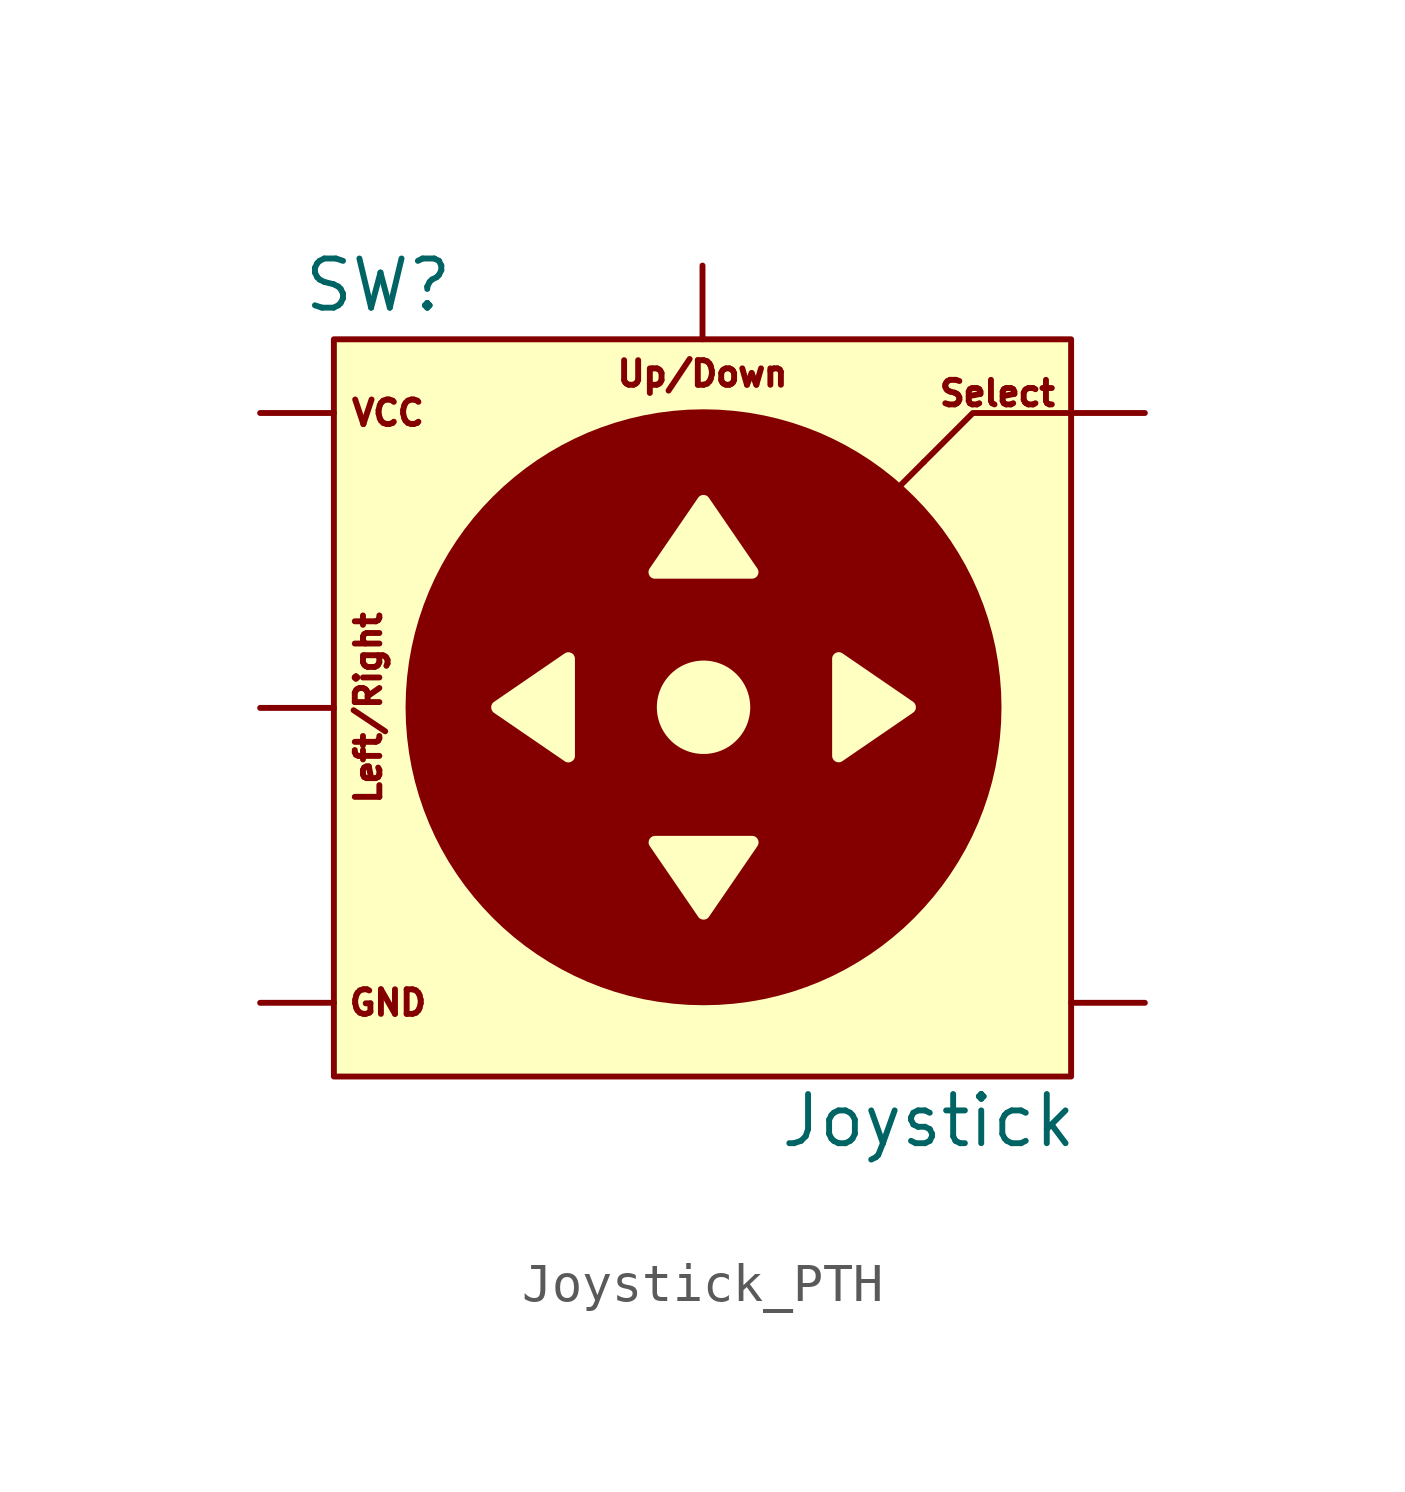
<source format=kicad_sym>
(kicad_symbol_lib
  (version 20241209)
  (generator "kicad_symbol_editor")
  (generator_version "9.0")
  (symbol "Joystick_PTH"
    (pin_numbers
      (hide yes))
    (pin_names
      (offset 0)
      (hide yes))
    (property "Reference" "SW"
      (at -8.382 10.922 0)
      (effects (font (size 1.27 1.27))))
    (property "Value" "Joystick"
      (at 5.842 -10.668 0)
      (effects (font (size 1.27 1.27))))
    (symbol "Joystick_PTH_1_0"
      (polyline (pts (xy 0.423 7.706) (xy 0.814 7.676) (xy 1.199 7.627) (xy 1.578 7.559) (xy 1.951 7.473) (xy 2.316 7.369) (xy 2.674 7.248) (xy 3.024 7.111) (xy 3.365 6.956) (xy 3.697 6.786) (xy 4.019 6.601) (xy 4.331 6.401) (xy 4.633 6.186) (xy 4.924 5.957) (xy 5.204 5.715) (xy 5.471 5.46) (xy 5.726 5.193) (xy 5.968 4.914) (xy 6.197 4.623) (xy 6.411 4.321) (xy 6.611 4.008) (xy 6.797 3.686) (xy 6.967 3.354) (xy 7.121 3.013) (xy 7.259 2.663) (xy 7.38 2.306) (xy 7.484 1.94) (xy 7.57 1.568) (xy 7.637 1.189) (xy 7.686 0.803) (xy 7.716 0.412) (xy 7.726 0.016) (xy 7.716 -0.38) (xy 7.686 -0.771) (xy 7.637 -1.156) (xy 7.57 -1.535) (xy 7.484 -1.908) (xy 7.38 -2.273) (xy 7.259 -2.631) (xy 7.121 -2.981) (xy 6.967 -3.322) (xy 6.797 -3.654) (xy 6.611 -3.976) (xy 6.411 -4.288) (xy 6.197 -4.59) (xy 5.968 -4.881) (xy 5.726 -5.16) (xy 5.471 -5.428) (xy 5.204 -5.683) (xy 4.924 -5.925) (xy 4.633 -6.154) (xy 4.331 -6.368) (xy 4.019 -6.568) (xy 3.697 -6.754) (xy 3.365 -6.924) (xy 3.024 -7.078) (xy 2.674 -7.216) (xy 2.316 -7.337) (xy 1.951 -7.441) (xy 1.578 -7.527) (xy 1.199 -7.594) (xy 0.814 -7.643) (xy 0.423 -7.673) (xy 0.027 -7.683) (xy -0.369 -7.673) (xy -0.76 -7.643) (xy -1.146 -7.594) (xy -1.525 -7.527) (xy -1.897 -7.441) (xy -2.263 -7.337) (xy -2.62 -7.216) (xy -2.97 -7.078) (xy -3.311 -6.924) (xy -3.643 -6.754) (xy -3.965 -6.568) (xy -4.278 -6.368) (xy -4.58 -6.154) (xy -4.871 -5.925) (xy -5.15 -5.683) (xy -5.417 -5.428) (xy -5.672 -5.16) (xy -5.914 -4.881) (xy -6.143 -4.59) (xy -6.357 -4.288) (xy -6.558 -3.976) (xy -6.743 -3.654) (xy -6.836 -3.472) (xy -1.392 -3.472) (xy -1.392 -3.483) (xy -1.391 -3.495) (xy -1.39 -3.506) (xy -1.387 -3.517) (xy -1.384 -3.528) (xy -1.38 -3.539) (xy -1.375 -3.55) (xy -1.369 -3.561) (xy -1.362 -3.571) (xy -0.111 -5.397) (xy -0.104 -5.406) (xy -0.098 -5.414) (xy -0.09 -5.422) (xy -0.083 -5.429) (xy -0.075 -5.436) (xy -0.066 -5.442) (xy -0.058 -5.447) (xy -0.049 -5.452) (xy -0.04 -5.457) (xy -0.03 -5.46) (xy -0.021 -5.463) (xy -0.011 -5.466) (xy -0.002 -5.468) (xy 0.008 -5.469) (xy 0.018 -5.47) (xy 0.028 -5.471) (xy 0.038 -5.47) (xy 0.048 -5.469) (xy 0.058 -5.468) (xy 0.068 -5.466) (xy 0.077 -5.463) (xy 0.087 -5.46) (xy 0.096 -5.457) (xy 0.105 -5.452) (xy 0.114 -5.447) (xy 0.122 -5.442) (xy 0.131 -5.436) (xy 0.139 -5.429) (xy 0.146 -5.422) (xy 0.154 -5.414) (xy 0.161 -5.406) (xy 0.167 -5.397) (xy 1.419 -3.571) (xy 1.425 -3.561) (xy 1.431 -3.55) (xy 1.436 -3.539) (xy 1.44 -3.527) (xy 1.443 -3.516) (xy 1.446 -3.505) (xy 1.448 -3.494) (xy 1.448 -3.482) (xy 1.448 -3.471) (xy 1.448 -3.46) (xy 1.446 -3.449) (xy 1.444 -3.438) (xy 1.442 -3.427) (xy 1.438 -3.417) (xy 1.434 -3.406) (xy 1.429 -3.397) (xy 1.424 -3.387) (xy 1.418 -3.378) (xy 1.412 -3.369) (xy 1.405 -3.361) (xy 1.397 -3.353) (xy 1.389 -3.345) (xy 1.38 -3.339) (xy 1.371 -3.332) (xy 1.362 -3.327) (xy 1.352 -3.322) (xy 1.341 -3.317) (xy 1.331 -3.314) (xy 1.319 -3.311) (xy 1.308 -3.309) (xy 1.296 -3.307) (xy 1.284 -3.307) (xy -1.222 -3.307) (xy -1.235 -3.307) (xy -1.247 -3.309) (xy -1.259 -3.311) (xy -1.271 -3.314) (xy -1.282 -3.317) (xy -1.293 -3.322) (xy -1.303 -3.327) (xy -1.313 -3.333) (xy -1.322 -3.339) (xy -1.331 -3.346) (xy -1.339 -3.353) (xy -1.347 -3.361) (xy -1.354 -3.37) (xy -1.361 -3.379) (xy -1.367 -3.388) (xy -1.373 -3.398) (xy -1.377 -3.408) (xy -1.381 -3.418) (xy -1.385 -3.428) (xy -1.388 -3.439) (xy -1.39 -3.45) (xy -1.391 -3.461) (xy -1.392 -3.472) (xy -6.836 -3.472) (xy -6.913 -3.322) (xy -7.067 -2.981) (xy -7.205 -2.631) (xy -7.326 -2.273) (xy -7.43 -1.908) (xy -7.516 -1.535) (xy -7.584 -1.156) (xy -7.633 -0.771) (xy -7.663 -0.38) (xy -7.673 0.016) (xy -5.46 0.016) (xy -5.46 0.006) (xy -5.459 -0.004) (xy -5.457 -0.014) (xy -5.455 -0.024) (xy -5.453 -0.034) (xy -5.45 -0.043) (xy -5.446 -0.053) (xy -5.442 -0.062) (xy -5.437 -0.071) (xy -5.431 -0.08) (xy -5.425 -0.088) (xy -5.419 -0.097) (xy -5.412 -0.105) (xy -5.404 -0.113) (xy -5.396 -0.12) (xy -5.387 -0.127) (xy -3.561 -1.378) (xy -3.55 -1.385) (xy -3.54 -1.391) (xy -3.529 -1.396) (xy -3.518 -1.4) (xy -3.506 -1.403) (xy -3.495 -1.405) (xy -3.484 -1.407) (xy -3.473 -1.408) (xy -3.462 -1.408) (xy -3.45 -1.407) (xy -3.439 -1.405) (xy -3.428 -1.403) (xy -3.418 -1.4) (xy -3.407 -1.397) (xy -3.397 -1.392) (xy -3.387 -1.387) (xy -3.377 -1.382) (xy -3.368 -1.376) (xy -3.359 -1.369) (xy -3.351 -1.362) (xy -3.343 -1.354) (xy -3.335 -1.346) (xy -3.328 -1.337) (xy -3.322 -1.327) (xy -3.316 -1.318) (xy -3.311 -1.308) (xy -3.307 -1.297) (xy -3.303 -1.286) (xy -3.3 -1.274) (xy -3.298 -1.263) (xy -3.297 -1.25) (xy -3.296 -1.238) (xy -3.296 0.016) (xy -1.18 0.016) (xy -1.178 -0.046) (xy -1.173 -0.107) (xy -1.166 -0.168) (xy -1.155 -0.227) (xy -1.142 -0.285) (xy -1.125 -0.343) (xy -1.107 -0.399) (xy -1.085 -0.454) (xy -1.061 -0.507) (xy -1.034 -0.559) (xy -1.005 -0.61) (xy -0.974 -0.658) (xy -0.94 -0.706) (xy -0.904 -0.751) (xy -0.866 -0.795) (xy -0.827 -0.837) (xy -0.785 -0.877) (xy -0.741 -0.915) (xy -0.695 -0.951) (xy -0.648 -0.984) (xy -0.599 -1.016) (xy -0.548 -1.045) (xy -0.496 -1.071) (xy -0.443 -1.095) (xy -0.388 -1.117) (xy -0.332 -1.136) (xy -0.275 -1.152) (xy -0.216 -1.166) (xy -0.157 -1.176) (xy -0.097 -1.184) (xy -0.035 -1.189) (xy 0.027 -1.19) (xy 0.089 -1.189) (xy 0.15 -1.184) (xy 0.211 -1.176) (xy 0.27 -1.166) (xy 0.329 -1.152) (xy 0.386 -1.136) (xy 0.442 -1.117) (xy 0.497 -1.095) (xy 0.55 -1.071) (xy 0.602 -1.045) (xy 0.653 -1.016) (xy 0.702 -0.984) (xy 0.749 -0.951) (xy 0.794 -0.915) (xy 0.838 -0.877) (xy 0.88 -0.837) (xy 0.92 -0.795) (xy 0.958 -0.751) (xy 0.994 -0.706) (xy 1.027 -0.658) (xy 1.059 -0.61) (xy 1.088 -0.559) (xy 1.114 -0.507) (xy 1.139 -0.454) (xy 1.16 -0.399) (xy 1.179 -0.343) (xy 1.195 -0.285) (xy 1.209 -0.227) (xy 1.219 -0.168) (xy 1.227 -0.107) (xy 1.232 -0.046) (xy 1.233 0.016) (xy 1.232 0.078) (xy 1.227 0.14) (xy 1.219 0.2) (xy 1.209 0.26) (xy 1.195 0.318) (xy 1.179 0.375) (xy 1.16 0.431) (xy 1.139 0.486) (xy 1.114 0.539) (xy 1.088 0.592) (xy 1.059 0.642) (xy 1.027 0.691) (xy 0.994 0.738) (xy 0.958 0.784) (xy 0.92 0.828) (xy 0.88 0.87) (xy 0.838 0.909) (xy 0.794 0.947) (xy 0.749 0.983) (xy 0.702 1.017) (xy 0.653 1.048) (xy 0.602 1.077) (xy 0.55 1.104) (xy 0.497 1.128) (xy 0.442 1.149) (xy 0.386 1.169) (xy 0.329 1.185) (xy 0.27 1.198) (xy 0.211 1.209) (xy 0.15 1.216) (xy 0.089 1.221) (xy 0.027 1.223) (xy -0.035 1.221) (xy -0.097 1.216) (xy -0.157 1.209) (xy -0.216 1.198) (xy -0.275 1.185) (xy -0.332 1.169) (xy -0.388 1.149) (xy -0.443 1.128) (xy -0.496 1.104) (xy -0.548 1.077) (xy -0.599 1.048) (xy -0.648 1.017) (xy -0.695 0.983) (xy -0.741 0.947) (xy -0.785 0.909) (xy -0.827 0.87) (xy -0.866 0.828) (xy -0.904 0.784) (xy -0.94 0.738) (xy -0.974 0.691) (xy -1.005 0.642) (xy -1.034 0.592) (xy -1.061 0.539) (xy -1.085 0.486) (xy -1.107 0.431) (xy -1.125 0.375) (xy -1.142 0.318) (xy -1.155 0.26) (xy -1.166 0.2) (xy -1.173 0.14) (xy -1.178 0.078) (xy -1.18 0.016) (xy -3.296 0.016) (xy -3.296 1.268) (xy -3.296 1.27) (xy 3.35 1.27) (xy 3.35 -1.235) (xy 3.35 -1.248) (xy 3.352 -1.26) (xy 3.354 -1.272) (xy 3.357 -1.284) (xy 3.36 -1.295) (xy 3.365 -1.306) (xy 3.37 -1.316) (xy 3.376 -1.326) (xy 3.382 -1.335) (xy 3.389 -1.344) (xy 3.396 -1.353) (xy 3.404 -1.36) (xy 3.413 -1.368) (xy 3.422 -1.374) (xy 3.431 -1.38) (xy 3.441 -1.386) (xy 3.45 -1.391) (xy 3.461 -1.395) (xy 3.471 -1.398) (xy 3.482 -1.401) (xy 3.493 -1.403) (xy 3.504 -1.405) (xy 3.515 -1.405) (xy 3.526 -1.405) (xy 3.538 -1.405) (xy 3.549 -1.403) (xy 3.56 -1.4) (xy 3.571 -1.397) (xy 3.582 -1.393) (xy 3.593 -1.388) (xy 3.604 -1.382) (xy 3.615 -1.375) (xy 5.44 -0.124) (xy 5.449 -0.117) (xy 5.457 -0.11) (xy 5.465 -0.103) (xy 5.472 -0.095) (xy 5.479 -0.087) (xy 5.485 -0.079) (xy 5.49 -0.07) (xy 5.495 -0.061) (xy 5.5 -0.052) (xy 5.503 -0.042) (xy 5.506 -0.033) (xy 5.509 -0.023) (xy 5.511 -0.013) (xy 5.512 -0.003) (xy 5.513 0.007) (xy 5.514 0.017) (xy 5.513 0.026) (xy 5.512 0.036) (xy 5.511 0.046) (xy 5.509 0.056) (xy 5.506 0.066) (xy 5.503 0.076) (xy 5.5 0.085) (xy 5.495 0.094) (xy 5.49 0.103) (xy 5.485 0.112) (xy 5.479 0.121) (xy 5.472 0.129) (xy 5.465 0.137) (xy 5.457 0.145) (xy 5.449 0.152) (xy 5.44 0.159) (xy 3.615 1.411) (xy 3.604 1.417) (xy 3.593 1.423) (xy 3.582 1.428) (xy 3.571 1.432) (xy 3.56 1.435) (xy 3.549 1.438) (xy 3.538 1.439) (xy 3.526 1.44) (xy 3.515 1.44) (xy 3.504 1.439) (xy 3.493 1.438) (xy 3.482 1.435) (xy 3.471 1.433) (xy 3.461 1.429) (xy 3.45 1.425) (xy 3.441 1.42) (xy 3.431 1.414) (xy 3.422 1.408) (xy 3.413 1.401) (xy 3.404 1.394) (xy 3.396 1.386) (xy 3.389 1.378) (xy 3.382 1.369) (xy 3.376 1.36) (xy 3.37 1.35) (xy 3.365 1.34) (xy 3.36 1.329) (xy 3.357 1.318) (xy 3.354 1.307) (xy 3.352 1.295) (xy 3.35 1.283) (xy 3.35 1.27) (xy -3.296 1.27) (xy -3.297 1.28) (xy -3.298 1.293) (xy -3.3 1.305) (xy -3.303 1.316) (xy -3.307 1.327) (xy -3.311 1.338) (xy -3.316 1.349) (xy -3.322 1.358) (xy -3.328 1.368) (xy -3.335 1.377) (xy -3.343 1.385) (xy -3.351 1.393) (xy -3.359 1.4) (xy -3.368 1.407) (xy -3.377 1.413) (xy -3.387 1.418) (xy -3.397 1.423) (xy -3.407 1.427) (xy -3.418 1.431) (xy -3.428 1.433) (xy -3.439 1.436) (xy -3.45 1.437) (xy -3.462 1.438) (xy -3.473 1.438) (xy -3.484 1.437) (xy -3.495 1.435) (xy -3.506 1.433) (xy -3.518 1.43) (xy -3.529 1.425) (xy -3.54 1.421) (xy -3.55 1.415) (xy -3.561 1.408) (xy -5.387 0.156) (xy -5.396 0.15) (xy -5.404 0.143) (xy -5.412 0.135) (xy -5.419 0.128) (xy -5.425 0.119) (xy -5.431 0.111) (xy -5.437 0.102) (xy -5.442 0.093) (xy -5.446 0.084) (xy -5.45 0.075) (xy -5.453 0.065) (xy -5.455 0.056) (xy -5.457 0.046) (xy -5.459 0.036) (xy -5.46 0.026) (xy -5.46 0.016) (xy -7.673 0.016) (xy -7.673 0.016) (xy -7.663 0.412) (xy -7.633 0.803) (xy -7.584 1.189) (xy -7.516 1.568) (xy -7.43 1.94) (xy -7.326 2.306) (xy -7.205 2.663) (xy -7.067 3.013) (xy -6.913 3.354) (xy -6.837 3.503) (xy -1.395 3.503) (xy -1.394 3.492) (xy -1.393 3.481) (xy -1.391 3.47) (xy -1.388 3.46) (xy -1.385 3.449) (xy -1.381 3.439) (xy -1.376 3.429) (xy -1.371 3.419) (xy -1.365 3.41) (xy -1.358 3.401) (xy -1.351 3.393) (xy -1.343 3.385) (xy -1.335 3.378) (xy -1.327 3.371) (xy -1.318 3.365) (xy -1.308 3.359) (xy -1.298 3.354) (xy -1.288 3.35) (xy -1.277 3.346) (xy -1.266 3.343) (xy -1.254 3.341) (xy -1.242 3.34) (xy -1.23 3.339) (xy 1.276 3.339) (xy 1.288 3.34) (xy 1.301 3.341) (xy 1.313 3.343) (xy 1.324 3.346) (xy 1.335 3.35) (xy 1.346 3.354) (xy 1.357 3.359) (xy 1.366 3.365) (xy 1.376 3.371) (xy 1.385 3.378) (xy 1.393 3.386) (xy 1.401 3.394) (xy 1.408 3.402) (xy 1.415 3.411) (xy 1.421 3.42) (xy 1.426 3.43) (xy 1.431 3.44) (xy 1.435 3.45) (xy 1.439 3.461) (xy 1.442 3.471) (xy 1.444 3.482) (xy 1.445 3.493) (xy 1.446 3.505) (xy 1.446 3.516) (xy 1.445 3.527) (xy 1.443 3.538) (xy 1.441 3.55) (xy 1.438 3.561) (xy 1.433 3.572) (xy 1.428 3.583) (xy 1.423 3.593) (xy 1.416 3.604) (xy 0.164 5.43) (xy 0.158 5.439) (xy 0.151 5.447) (xy 0.144 5.455) (xy 0.136 5.462) (xy 0.128 5.468) (xy 0.12 5.474) (xy 0.111 5.48) (xy 0.102 5.485) (xy 0.093 5.489) (xy 0.084 5.493) (xy 0.074 5.496) (xy 0.065 5.498) (xy 0.055 5.5) (xy 0.045 5.502) (xy 0.035 5.503) (xy 0.025 5.503) (xy 0.016 5.503) (xy 0.006 5.502) (xy -0.004 5.5) (xy -0.014 5.498) (xy -0.024 5.496) (xy -0.033 5.493) (xy -0.042 5.489) (xy -0.051 5.485) (xy -0.06 5.48) (xy -0.069 5.474) (xy -0.077 5.468) (xy -0.085 5.462) (xy -0.093 5.455) (xy -0.1 5.447) (xy -0.107 5.439) (xy -0.113 5.43) (xy -1.365 3.604) (xy -1.372 3.593) (xy -1.377 3.582) (xy -1.383 3.571) (xy -1.387 3.56) (xy -1.39 3.549) (xy -1.392 3.537) (xy -1.394 3.526) (xy -1.395 3.515) (xy -1.395 3.503) (xy -6.837 3.503) (xy -6.743 3.686) (xy -6.558 4.008) (xy -6.357 4.321) (xy -6.143 4.623) (xy -5.914 4.914) (xy -5.672 5.193) (xy -5.417 5.46) (xy -5.15 5.715) (xy -4.871 5.957) (xy -4.58 6.186) (xy -4.278 6.401) (xy -3.965 6.601) (xy -3.643 6.786) (xy -3.311 6.956) (xy -2.97 7.111) (xy -2.62 7.248) (xy -2.263 7.369) (xy -1.897 7.473) (xy -1.525 7.559) (xy -1.146 7.627) (xy -0.76 7.676) (xy -0.369 7.706) (xy 0.027 7.716) (xy 0.423 7.706)) (stroke (width -0.0001) (type solid)) (fill (type outline))))
    (symbol "Joystick_PTH_1_1"
      (rectangle (start -9.525 9.525) (end 9.525 -9.525) (stroke (width 0) (type default)) (fill (type background)))
      (polyline (pts (xy 3.81 4.445) (xy 5.715 6.35) (xy 5.715 6.35)) (stroke (width 0) (type default)) (fill (type none)))
      (polyline (pts (xy 5.715 6.35) (xy 6.985 7.62) (xy 9.525 7.62)) (stroke (width 0) (type default)) (fill (type none)))
      (text "Left/Right" (at -8.636 0 900) (effects (font (size 0.635 0.635))))
      (text "VCC" (at -8.128 7.62 0) (effects (font (size 0.635 0.635))))
      (text "GND" (at -8.128 -7.62 0) (effects (font (size 0.635 0.635))))
      (text "Up/Down" (at 0 8.636 0) (effects (font (size 0.635 0.635))))
      (text "Select" (at 7.62 8.128 0) (effects (font (size 0.635 0.635))))
      (pin passive line (at -11.43 7.62 0) (length 1.905) (name "VCC" (effects (font (size 1.27 1.27)))) (number "VCC" (effects (font (size 1.27 1.27)))))
      (pin passive line (at -11.43 0 0) (length 1.905) (name "Horizontal" (effects (font (size 1.27 1.27)))) (number "Horizontal" (effects (font (size 1.27 1.27)))))
      (pin passive line (at -11.43 -7.62 0) (length 1.905) (name "GND" (effects (font (size 1.27 1.27)))) (number "GND" (effects (font (size 1.27 1.27)))))
      (pin passive line (at 0 11.43 270) (length 1.905) (name "Vertical" (effects (font (size 1.27 1.27)))) (number "Vertical" (effects (font (size 1.27 1.27)))))
      (pin passive line (at 11.43 7.62 180) (length 1.905) (name "Select" (effects (font (size 1.27 1.27)))) (number "Select" (effects (font (size 1.27 1.27)))))
      (pin passive line (at 11.43 -7.62 180) (length 1.905) (name "GND" (effects (font (size 1.27 1.27)))) (number "GND" (effects (font (size 1.27 1.27))))))))
</source>
